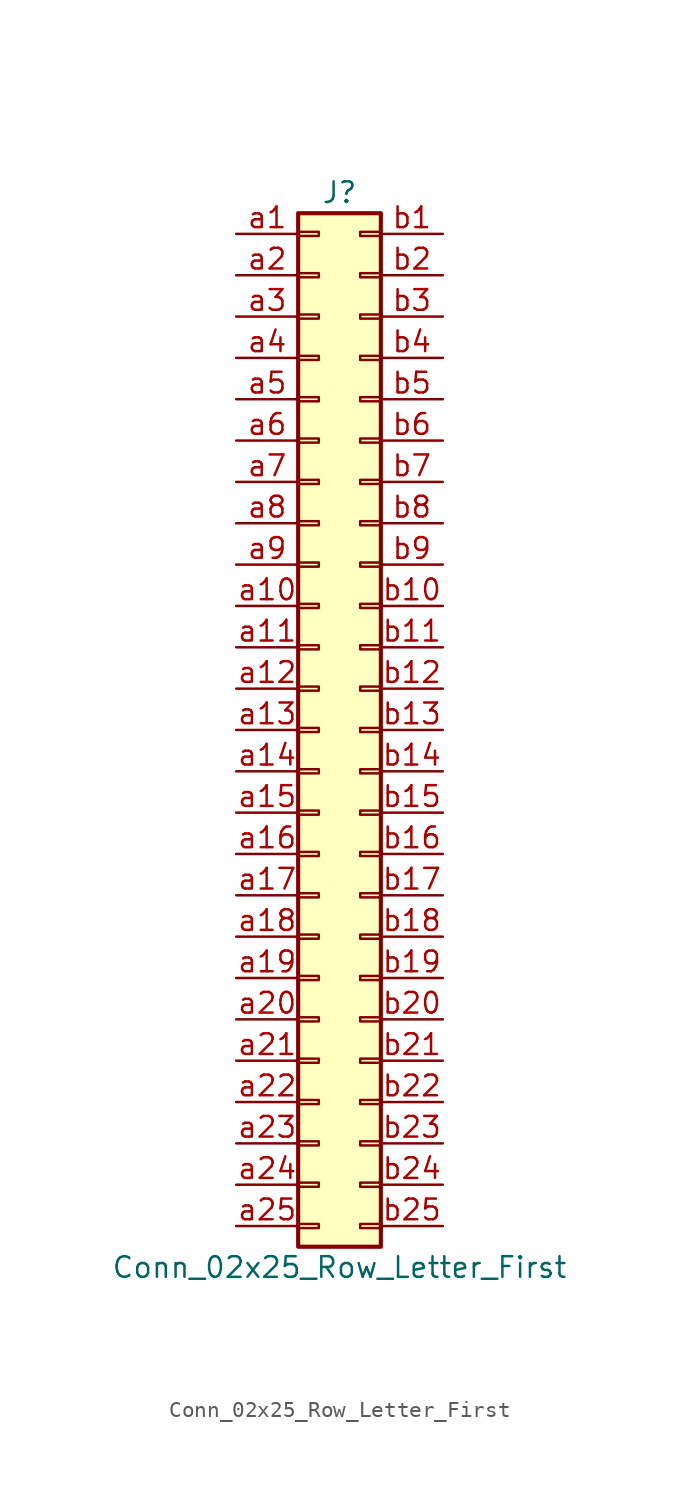
<source format=kicad_sym>
(kicad_symbol_lib
  (version 20211014)
  (generator kicad_symbol_editor)
  (symbol "Conn_02x25_Row_Letter_First"
    (pin_names
      (offset 1.016) hide)
    (property "Reference" "J"
      (at 1.27 33.02 0)
      (effects (font (size 1.27 1.27))))
    (property "Value" "Conn_02x25_Row_Letter_First"
      (at 1.27 -33.02 0)
      (effects (font (size 1.27 1.27))))
    (symbol "Conn_02x25_Row_Letter_First_1_1"
      (rectangle (start -1.27 -30.353) (end 0 -30.607) (stroke (width 0.152) (type default) (color 0 0 0 0)) (fill (type none)))
      (rectangle (start -1.27 -27.813) (end 0 -28.067) (stroke (width 0.152) (type default) (color 0 0 0 0)) (fill (type none)))
      (rectangle (start -1.27 -25.273) (end 0 -25.527) (stroke (width 0.152) (type default) (color 0 0 0 0)) (fill (type none)))
      (rectangle (start -1.27 -22.733) (end 0 -22.987) (stroke (width 0.152) (type default) (color 0 0 0 0)) (fill (type none)))
      (rectangle (start -1.27 -20.193) (end 0 -20.447) (stroke (width 0.152) (type default) (color 0 0 0 0)) (fill (type none)))
      (rectangle (start -1.27 -17.653) (end 0 -17.907) (stroke (width 0.152) (type default) (color 0 0 0 0)) (fill (type none)))
      (rectangle (start -1.27 -15.113) (end 0 -15.367) (stroke (width 0.152) (type default) (color 0 0 0 0)) (fill (type none)))
      (rectangle (start -1.27 -12.573) (end 0 -12.827) (stroke (width 0.152) (type default) (color 0 0 0 0)) (fill (type none)))
      (rectangle (start -1.27 -10.033) (end 0 -10.287) (stroke (width 0.152) (type default) (color 0 0 0 0)) (fill (type none)))
      (rectangle (start -1.27 -7.493) (end 0 -7.747) (stroke (width 0.152) (type default) (color 0 0 0 0)) (fill (type none)))
      (rectangle (start -1.27 -4.953) (end 0 -5.207) (stroke (width 0.152) (type default) (color 0 0 0 0)) (fill (type none)))
      (rectangle (start -1.27 -2.413) (end 0 -2.667) (stroke (width 0.152) (type default) (color 0 0 0 0)) (fill (type none)))
      (rectangle (start -1.27 0.127) (end 0 -0.127) (stroke (width 0.152) (type default) (color 0 0 0 0)) (fill (type none)))
      (rectangle (start -1.27 2.667) (end 0 2.413) (stroke (width 0.152) (type default) (color 0 0 0 0)) (fill (type none)))
      (rectangle (start -1.27 5.207) (end 0 4.953) (stroke (width 0.152) (type default) (color 0 0 0 0)) (fill (type none)))
      (rectangle (start -1.27 7.747) (end 0 7.493) (stroke (width 0.152) (type default) (color 0 0 0 0)) (fill (type none)))
      (rectangle (start -1.27 10.287) (end 0 10.033) (stroke (width 0.152) (type default) (color 0 0 0 0)) (fill (type none)))
      (rectangle (start -1.27 12.827) (end 0 12.573) (stroke (width 0.152) (type default) (color 0 0 0 0)) (fill (type none)))
      (rectangle (start -1.27 15.367) (end 0 15.113) (stroke (width 0.152) (type default) (color 0 0 0 0)) (fill (type none)))
      (rectangle (start -1.27 17.907) (end 0 17.653) (stroke (width 0.152) (type default) (color 0 0 0 0)) (fill (type none)))
      (rectangle (start -1.27 20.447) (end 0 20.193) (stroke (width 0.152) (type default) (color 0 0 0 0)) (fill (type none)))
      (rectangle (start -1.27 22.987) (end 0 22.733) (stroke (width 0.152) (type default) (color 0 0 0 0)) (fill (type none)))
      (rectangle (start -1.27 25.527) (end 0 25.273) (stroke (width 0.152) (type default) (color 0 0 0 0)) (fill (type none)))
      (rectangle (start -1.27 28.067) (end 0 27.813) (stroke (width 0.152) (type default) (color 0 0 0 0)) (fill (type none)))
      (rectangle (start -1.27 30.607) (end 0 30.353) (stroke (width 0.152) (type default) (color 0 0 0 0)) (fill (type none)))
      (rectangle (start -1.27 31.75) (end 3.81 -31.75) (stroke (width 0.254) (type default) (color 0 0 0 0)) (fill (type background)))
      (rectangle (start 3.81 -30.353) (end 2.54 -30.607) (stroke (width 0.152) (type default) (color 0 0 0 0)) (fill (type none)))
      (rectangle (start 3.81 -27.813) (end 2.54 -28.067) (stroke (width 0.152) (type default) (color 0 0 0 0)) (fill (type none)))
      (rectangle (start 3.81 -25.273) (end 2.54 -25.527) (stroke (width 0.152) (type default) (color 0 0 0 0)) (fill (type none)))
      (rectangle (start 3.81 -22.733) (end 2.54 -22.987) (stroke (width 0.152) (type default) (color 0 0 0 0)) (fill (type none)))
      (rectangle (start 3.81 -20.193) (end 2.54 -20.447) (stroke (width 0.152) (type default) (color 0 0 0 0)) (fill (type none)))
      (rectangle (start 3.81 -17.653) (end 2.54 -17.907) (stroke (width 0.152) (type default) (color 0 0 0 0)) (fill (type none)))
      (rectangle (start 3.81 -15.113) (end 2.54 -15.367) (stroke (width 0.152) (type default) (color 0 0 0 0)) (fill (type none)))
      (rectangle (start 3.81 -12.573) (end 2.54 -12.827) (stroke (width 0.152) (type default) (color 0 0 0 0)) (fill (type none)))
      (rectangle (start 3.81 -10.033) (end 2.54 -10.287) (stroke (width 0.152) (type default) (color 0 0 0 0)) (fill (type none)))
      (rectangle (start 3.81 -7.493) (end 2.54 -7.747) (stroke (width 0.152) (type default) (color 0 0 0 0)) (fill (type none)))
      (rectangle (start 3.81 -4.953) (end 2.54 -5.207) (stroke (width 0.152) (type default) (color 0 0 0 0)) (fill (type none)))
      (rectangle (start 3.81 -2.413) (end 2.54 -2.667) (stroke (width 0.152) (type default) (color 0 0 0 0)) (fill (type none)))
      (rectangle (start 3.81 0.127) (end 2.54 -0.127) (stroke (width 0.152) (type default) (color 0 0 0 0)) (fill (type none)))
      (rectangle (start 3.81 2.667) (end 2.54 2.413) (stroke (width 0.152) (type default) (color 0 0 0 0)) (fill (type none)))
      (rectangle (start 3.81 5.207) (end 2.54 4.953) (stroke (width 0.152) (type default) (color 0 0 0 0)) (fill (type none)))
      (rectangle (start 3.81 7.747) (end 2.54 7.493) (stroke (width 0.152) (type default) (color 0 0 0 0)) (fill (type none)))
      (rectangle (start 3.81 10.287) (end 2.54 10.033) (stroke (width 0.152) (type default) (color 0 0 0 0)) (fill (type none)))
      (rectangle (start 3.81 12.827) (end 2.54 12.573) (stroke (width 0.152) (type default) (color 0 0 0 0)) (fill (type none)))
      (rectangle (start 3.81 15.367) (end 2.54 15.113) (stroke (width 0.152) (type default) (color 0 0 0 0)) (fill (type none)))
      (rectangle (start 3.81 17.907) (end 2.54 17.653) (stroke (width 0.152) (type default) (color 0 0 0 0)) (fill (type none)))
      (rectangle (start 3.81 20.447) (end 2.54 20.193) (stroke (width 0.152) (type default) (color 0 0 0 0)) (fill (type none)))
      (rectangle (start 3.81 22.987) (end 2.54 22.733) (stroke (width 0.152) (type default) (color 0 0 0 0)) (fill (type none)))
      (rectangle (start 3.81 25.527) (end 2.54 25.273) (stroke (width 0.152) (type default) (color 0 0 0 0)) (fill (type none)))
      (rectangle (start 3.81 28.067) (end 2.54 27.813) (stroke (width 0.152) (type default) (color 0 0 0 0)) (fill (type none)))
      (rectangle (start 3.81 30.607) (end 2.54 30.353) (stroke (width 0.152) (type default) (color 0 0 0 0)) (fill (type none)))
      (pin passive line (at -5.08 30.48 0) (length 3.81) (name "Pin_a1" (effects (font (size 1.27 1.27)))) (number "a1" (effects (font (size 1.27 1.27)))))
      (pin passive line (at -5.08 7.62 0) (length 3.81) (name "Pin_a10" (effects (font (size 1.27 1.27)))) (number "a10" (effects (font (size 1.27 1.27)))))
      (pin passive line (at -5.08 5.08 0) (length 3.81) (name "Pin_a11" (effects (font (size 1.27 1.27)))) (number "a11" (effects (font (size 1.27 1.27)))))
      (pin passive line (at -5.08 2.54 0) (length 3.81) (name "Pin_a12" (effects (font (size 1.27 1.27)))) (number "a12" (effects (font (size 1.27 1.27)))))
      (pin passive line (at -5.08 0 0) (length 3.81) (name "Pin_a13" (effects (font (size 1.27 1.27)))) (number "a13" (effects (font (size 1.27 1.27)))))
      (pin passive line (at -5.08 -2.54 0) (length 3.81) (name "Pin_a14" (effects (font (size 1.27 1.27)))) (number "a14" (effects (font (size 1.27 1.27)))))
      (pin passive line (at -5.08 -5.08 0) (length 3.81) (name "Pin_a15" (effects (font (size 1.27 1.27)))) (number "a15" (effects (font (size 1.27 1.27)))))
      (pin passive line (at -5.08 -7.62 0) (length 3.81) (name "Pin_a16" (effects (font (size 1.27 1.27)))) (number "a16" (effects (font (size 1.27 1.27)))))
      (pin passive line (at -5.08 -10.16 0) (length 3.81) (name "Pin_a17" (effects (font (size 1.27 1.27)))) (number "a17" (effects (font (size 1.27 1.27)))))
      (pin passive line (at -5.08 -12.7 0) (length 3.81) (name "Pin_a18" (effects (font (size 1.27 1.27)))) (number "a18" (effects (font (size 1.27 1.27)))))
      (pin passive line (at -5.08 -15.24 0) (length 3.81) (name "Pin_a19" (effects (font (size 1.27 1.27)))) (number "a19" (effects (font (size 1.27 1.27)))))
      (pin passive line (at -5.08 27.94 0) (length 3.81) (name "Pin_a2" (effects (font (size 1.27 1.27)))) (number "a2" (effects (font (size 1.27 1.27)))))
      (pin passive line (at -5.08 -17.78 0) (length 3.81) (name "Pin_a20" (effects (font (size 1.27 1.27)))) (number "a20" (effects (font (size 1.27 1.27)))))
      (pin passive line (at -5.08 -20.32 0) (length 3.81) (name "Pin_a21" (effects (font (size 1.27 1.27)))) (number "a21" (effects (font (size 1.27 1.27)))))
      (pin passive line (at -5.08 -22.86 0) (length 3.81) (name "Pin_a22" (effects (font (size 1.27 1.27)))) (number "a22" (effects (font (size 1.27 1.27)))))
      (pin passive line (at -5.08 -25.4 0) (length 3.81) (name "Pin_a23" (effects (font (size 1.27 1.27)))) (number "a23" (effects (font (size 1.27 1.27)))))
      (pin passive line (at -5.08 -27.94 0) (length 3.81) (name "Pin_a24" (effects (font (size 1.27 1.27)))) (number "a24" (effects (font (size 1.27 1.27)))))
      (pin passive line (at -5.08 -30.48 0) (length 3.81) (name "Pin_a25" (effects (font (size 1.27 1.27)))) (number "a25" (effects (font (size 1.27 1.27)))))
      (pin passive line (at -5.08 25.4 0) (length 3.81) (name "Pin_a3" (effects (font (size 1.27 1.27)))) (number "a3" (effects (font (size 1.27 1.27)))))
      (pin passive line (at -5.08 22.86 0) (length 3.81) (name "Pin_a4" (effects (font (size 1.27 1.27)))) (number "a4" (effects (font (size 1.27 1.27)))))
      (pin passive line (at -5.08 20.32 0) (length 3.81) (name "Pin_a5" (effects (font (size 1.27 1.27)))) (number "a5" (effects (font (size 1.27 1.27)))))
      (pin passive line (at -5.08 17.78 0) (length 3.81) (name "Pin_a6" (effects (font (size 1.27 1.27)))) (number "a6" (effects (font (size 1.27 1.27)))))
      (pin passive line (at -5.08 15.24 0) (length 3.81) (name "Pin_a7" (effects (font (size 1.27 1.27)))) (number "a7" (effects (font (size 1.27 1.27)))))
      (pin passive line (at -5.08 12.7 0) (length 3.81) (name "Pin_a8" (effects (font (size 1.27 1.27)))) (number "a8" (effects (font (size 1.27 1.27)))))
      (pin passive line (at -5.08 10.16 0) (length 3.81) (name "Pin_a9" (effects (font (size 1.27 1.27)))) (number "a9" (effects (font (size 1.27 1.27)))))
      (pin passive line (at 7.62 30.48 180) (length 3.81) (name "Pin_b1" (effects (font (size 1.27 1.27)))) (number "b1" (effects (font (size 1.27 1.27)))))
      (pin passive line (at 7.62 7.62 180) (length 3.81) (name "Pin_b10" (effects (font (size 1.27 1.27)))) (number "b10" (effects (font (size 1.27 1.27)))))
      (pin passive line (at 7.62 5.08 180) (length 3.81) (name "Pin_b11" (effects (font (size 1.27 1.27)))) (number "b11" (effects (font (size 1.27 1.27)))))
      (pin passive line (at 7.62 2.54 180) (length 3.81) (name "Pin_b12" (effects (font (size 1.27 1.27)))) (number "b12" (effects (font (size 1.27 1.27)))))
      (pin passive line (at 7.62 0 180) (length 3.81) (name "Pin_b13" (effects (font (size 1.27 1.27)))) (number "b13" (effects (font (size 1.27 1.27)))))
      (pin passive line (at 7.62 -2.54 180) (length 3.81) (name "Pin_b14" (effects (font (size 1.27 1.27)))) (number "b14" (effects (font (size 1.27 1.27)))))
      (pin passive line (at 7.62 -5.08 180) (length 3.81) (name "Pin_b15" (effects (font (size 1.27 1.27)))) (number "b15" (effects (font (size 1.27 1.27)))))
      (pin passive line (at 7.62 -7.62 180) (length 3.81) (name "Pin_b16" (effects (font (size 1.27 1.27)))) (number "b16" (effects (font (size 1.27 1.27)))))
      (pin passive line (at 7.62 -10.16 180) (length 3.81) (name "Pin_b17" (effects (font (size 1.27 1.27)))) (number "b17" (effects (font (size 1.27 1.27)))))
      (pin passive line (at 7.62 -12.7 180) (length 3.81) (name "Pin_b18" (effects (font (size 1.27 1.27)))) (number "b18" (effects (font (size 1.27 1.27)))))
      (pin passive line (at 7.62 -15.24 180) (length 3.81) (name "Pin_b19" (effects (font (size 1.27 1.27)))) (number "b19" (effects (font (size 1.27 1.27)))))
      (pin passive line (at 7.62 27.94 180) (length 3.81) (name "Pin_b2" (effects (font (size 1.27 1.27)))) (number "b2" (effects (font (size 1.27 1.27)))))
      (pin passive line (at 7.62 -17.78 180) (length 3.81) (name "Pin_b20" (effects (font (size 1.27 1.27)))) (number "b20" (effects (font (size 1.27 1.27)))))
      (pin passive line (at 7.62 -20.32 180) (length 3.81) (name "Pin_b21" (effects (font (size 1.27 1.27)))) (number "b21" (effects (font (size 1.27 1.27)))))
      (pin passive line (at 7.62 -22.86 180) (length 3.81) (name "Pin_b22" (effects (font (size 1.27 1.27)))) (number "b22" (effects (font (size 1.27 1.27)))))
      (pin passive line (at 7.62 -25.4 180) (length 3.81) (name "Pin_b23" (effects (font (size 1.27 1.27)))) (number "b23" (effects (font (size 1.27 1.27)))))
      (pin passive line (at 7.62 -27.94 180) (length 3.81) (name "Pin_b24" (effects (font (size 1.27 1.27)))) (number "b24" (effects (font (size 1.27 1.27)))))
      (pin passive line (at 7.62 -30.48 180) (length 3.81) (name "Pin_b25" (effects (font (size 1.27 1.27)))) (number "b25" (effects (font (size 1.27 1.27)))))
      (pin passive line (at 7.62 25.4 180) (length 3.81) (name "Pin_b3" (effects (font (size 1.27 1.27)))) (number "b3" (effects (font (size 1.27 1.27)))))
      (pin passive line (at 7.62 22.86 180) (length 3.81) (name "Pin_b4" (effects (font (size 1.27 1.27)))) (number "b4" (effects (font (size 1.27 1.27)))))
      (pin passive line (at 7.62 20.32 180) (length 3.81) (name "Pin_b5" (effects (font (size 1.27 1.27)))) (number "b5" (effects (font (size 1.27 1.27)))))
      (pin passive line (at 7.62 17.78 180) (length 3.81) (name "Pin_b6" (effects (font (size 1.27 1.27)))) (number "b6" (effects (font (size 1.27 1.27)))))
      (pin passive line (at 7.62 15.24 180) (length 3.81) (name "Pin_b7" (effects (font (size 1.27 1.27)))) (number "b7" (effects (font (size 1.27 1.27)))))
      (pin passive line (at 7.62 12.7 180) (length 3.81) (name "Pin_b8" (effects (font (size 1.27 1.27)))) (number "b8" (effects (font (size 1.27 1.27)))))
      (pin passive line (at 7.62 10.16 180) (length 3.81) (name "Pin_b9" (effects (font (size 1.27 1.27)))) (number "b9" (effects (font (size 1.27 1.27))))))))
</source>
